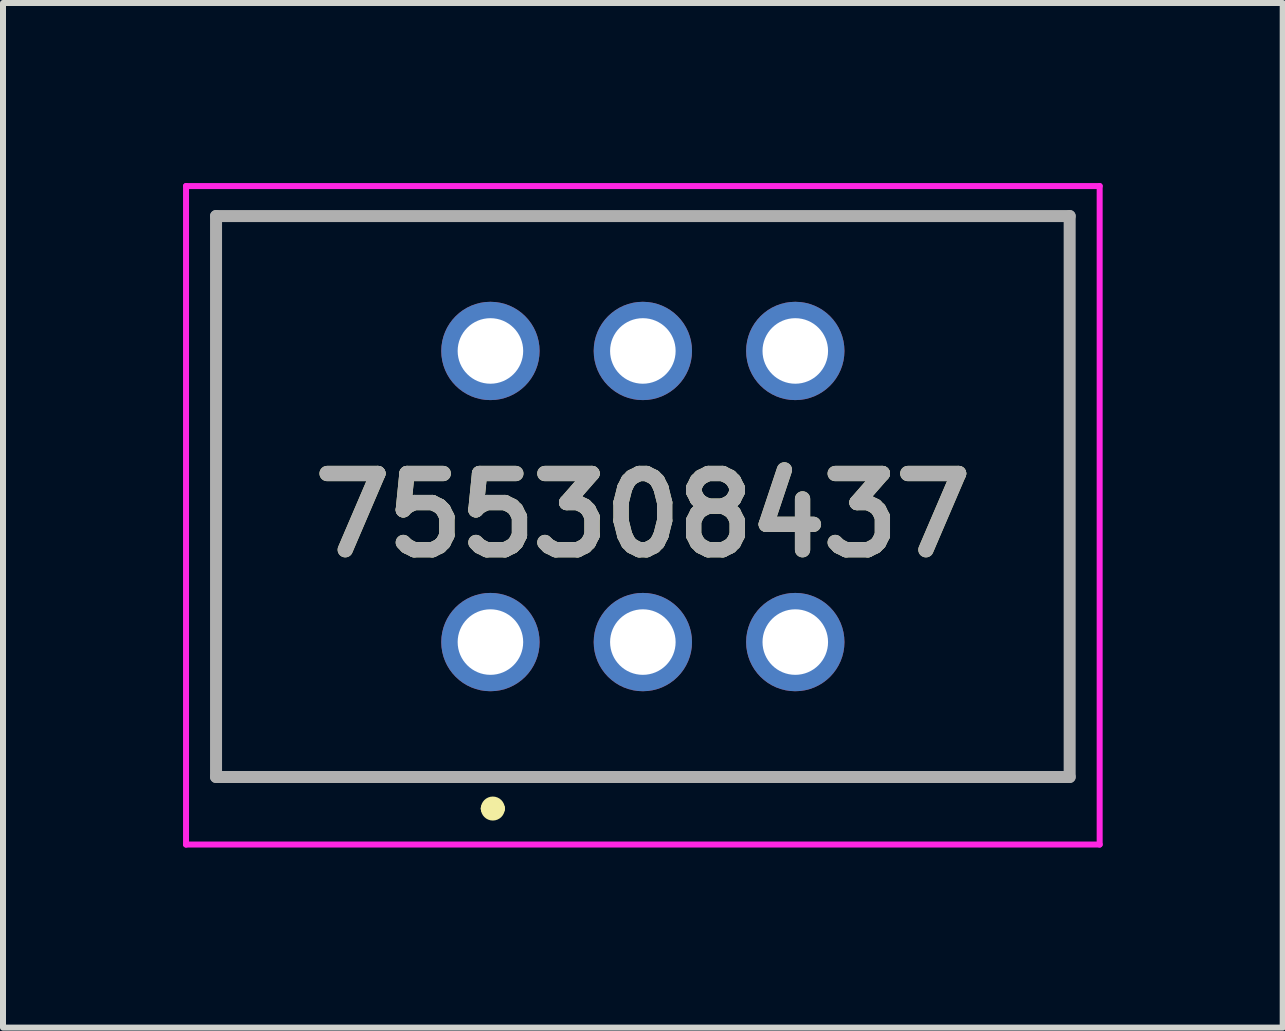
<source format=kicad_pcb>
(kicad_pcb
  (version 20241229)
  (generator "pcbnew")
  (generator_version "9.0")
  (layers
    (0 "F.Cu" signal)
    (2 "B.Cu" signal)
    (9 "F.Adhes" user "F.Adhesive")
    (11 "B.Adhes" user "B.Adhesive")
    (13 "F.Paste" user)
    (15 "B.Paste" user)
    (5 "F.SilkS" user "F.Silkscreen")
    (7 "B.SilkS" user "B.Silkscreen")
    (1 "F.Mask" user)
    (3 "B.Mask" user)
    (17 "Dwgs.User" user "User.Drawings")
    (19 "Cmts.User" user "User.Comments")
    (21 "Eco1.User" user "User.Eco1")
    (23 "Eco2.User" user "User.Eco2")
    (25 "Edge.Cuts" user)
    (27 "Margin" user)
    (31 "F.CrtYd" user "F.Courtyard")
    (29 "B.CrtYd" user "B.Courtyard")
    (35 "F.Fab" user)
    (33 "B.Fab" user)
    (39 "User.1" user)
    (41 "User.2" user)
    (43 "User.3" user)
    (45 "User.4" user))
  (footprint "755308437"
    (layer "F.Cu")
    (at 5.122 7.649)
    (property "Reference" "755308437" (at 2.54 -2.113 0) (layer "F.SilkS") (effects (font (size 1.27 1.27) (thickness 0.254))))
    (attr through_hole)
    (fp_line (start -4.572 -7.099) (end 9.652 -7.099) (stroke (width 0.1) (type solid)) (layer "F.SilkS"))
    (fp_line (start -4.572 2.248) (end -4.572 -7.099) (stroke (width 0.1) (type solid)) (layer "F.SilkS"))
    (fp_line (start -0.06 2.774) (end -0.06 2.774) (stroke (width 0.2) (type solid)) (layer "F.SilkS"))
    (fp_line (start 0.14 2.774) (end 0.14 2.774) (stroke (width 0.2) (type solid)) (layer "F.SilkS"))
    (fp_line (start 9.652 -7.099) (end 9.652 2.248) (stroke (width 0.1) (type solid)) (layer "F.SilkS"))
    (fp_line (start 9.652 2.248) (end -4.572 2.248) (stroke (width 0.1) (type solid)) (layer "F.SilkS"))
    (fp_arc (start -0.06 2.774) (mid 0.04 2.674) (end 0.14 2.774) (stroke (width 0.2) (type solid)) (layer "F.SilkS"))
    (fp_arc (start 0.14 2.774) (mid 0.04 2.874) (end -0.06 2.774) (stroke (width 0.2) (type solid)) (layer "F.SilkS"))
    (fp_line (start -5.072 -7.599) (end 10.152 -7.599) (stroke (width 0.1) (type solid)) (layer "F.CrtYd"))
    (fp_line (start -5.072 3.374) (end -5.072 -7.599) (stroke (width 0.1) (type solid)) (layer "F.CrtYd"))
    (fp_line (start 10.152 -7.599) (end 10.152 3.374) (stroke (width 0.1) (type solid)) (layer "F.CrtYd"))
    (fp_line (start 10.152 3.374) (end -5.072 3.374) (stroke (width 0.1) (type solid)) (layer "F.CrtYd"))
    (fp_line (start -4.572 -7.099) (end 9.652 -7.099) (stroke (width 0.2) (type solid)) (layer "F.Fab"))
    (fp_line (start -4.572 2.248) (end -4.572 -7.099) (stroke (width 0.2) (type solid)) (layer "F.Fab"))
    (fp_line (start 9.652 -7.099) (end 9.652 2.248) (stroke (width 0.2) (type solid)) (layer "F.Fab"))
    (fp_line (start 9.652 2.248) (end -4.572 2.248) (stroke (width 0.2) (type solid)) (layer "F.Fab"))
    (fp_text user "${REFERENCE}" (at 2.54 -2.113 0) (layer "F.Fab") (effects (font (size 1.27 1.27) (thickness 0.254))))
    (pad "1" thru_hole circle (at 0 0) (size 1.638 1.638) (drill 1.092) (layers "*.Cu" "*.Mask"))
    (pad "2" thru_hole circle (at 0 -4.851) (size 1.638 1.638) (drill 1.092) (layers "*.Cu" "*.Mask"))
    (pad "3" thru_hole circle (at 2.54 0) (size 1.638 1.638) (drill 1.092) (layers "*.Cu" "*.Mask"))
    (pad "4" thru_hole circle (at 2.54 -4.851) (size 1.638 1.638) (drill 1.092) (layers "*.Cu" "*.Mask"))
    (pad "5" thru_hole circle (at 5.08 0) (size 1.638 1.638) (drill 1.092) (layers "*.Cu" "*.Mask"))
    (pad "6" thru_hole circle (at 5.08 -4.851) (size 1.638 1.638) (drill 1.092) (layers "*.Cu" "*.Mask")))
  (gr_rect
    (start -3 -3)
    (end 18.324 14.073)
    (stroke (width 0.1) (type default))
    (fill no)
    (layer "Edge.Cuts")))
</source>
